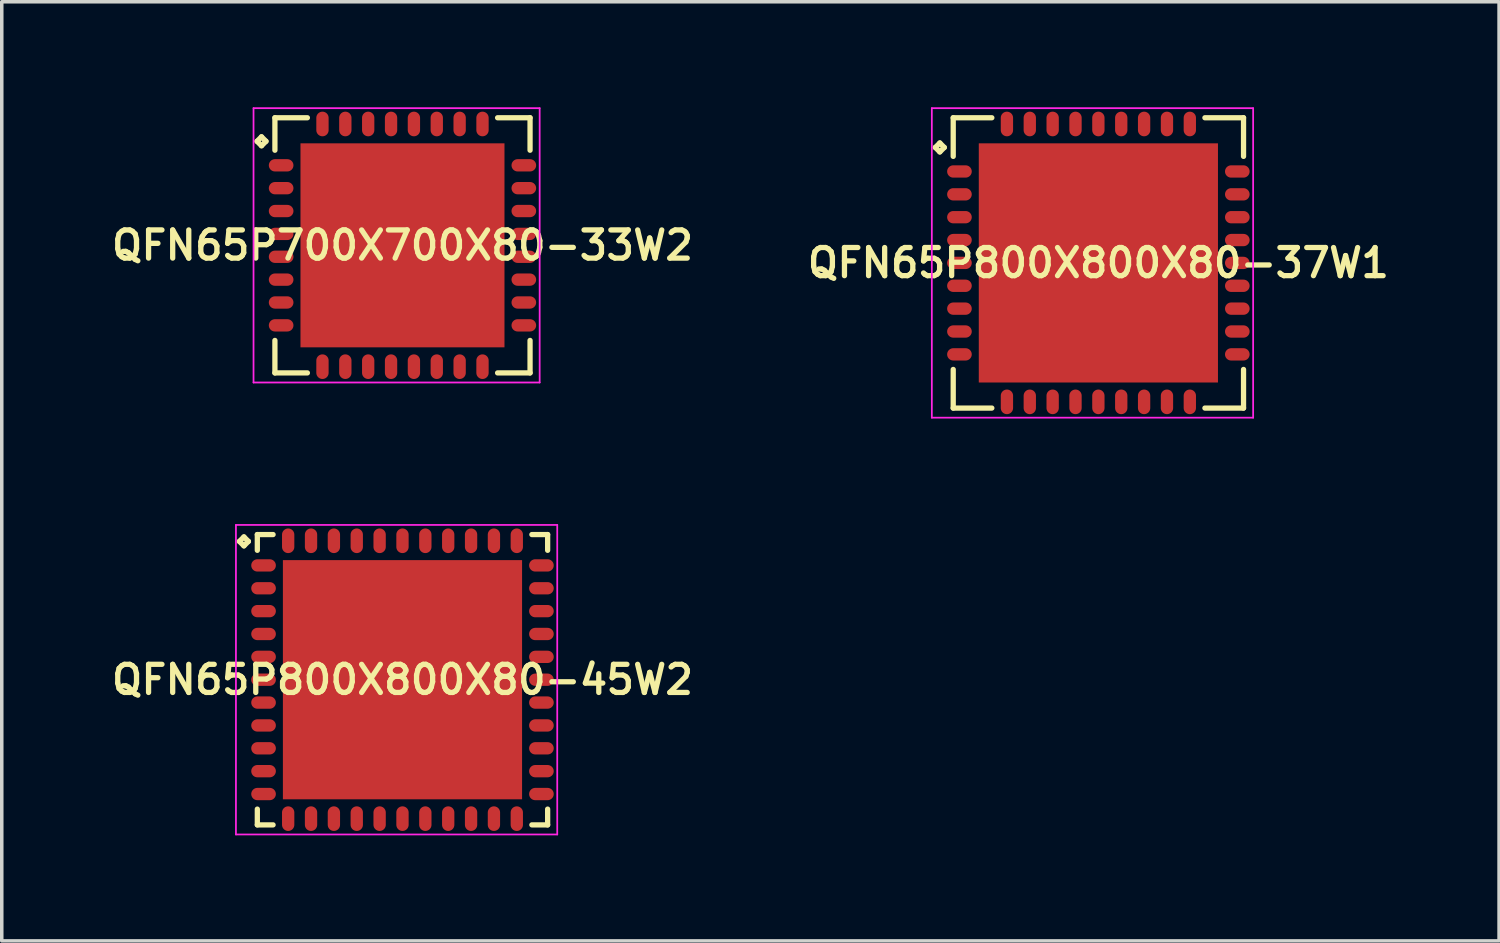
<source format=kicad_pcb>
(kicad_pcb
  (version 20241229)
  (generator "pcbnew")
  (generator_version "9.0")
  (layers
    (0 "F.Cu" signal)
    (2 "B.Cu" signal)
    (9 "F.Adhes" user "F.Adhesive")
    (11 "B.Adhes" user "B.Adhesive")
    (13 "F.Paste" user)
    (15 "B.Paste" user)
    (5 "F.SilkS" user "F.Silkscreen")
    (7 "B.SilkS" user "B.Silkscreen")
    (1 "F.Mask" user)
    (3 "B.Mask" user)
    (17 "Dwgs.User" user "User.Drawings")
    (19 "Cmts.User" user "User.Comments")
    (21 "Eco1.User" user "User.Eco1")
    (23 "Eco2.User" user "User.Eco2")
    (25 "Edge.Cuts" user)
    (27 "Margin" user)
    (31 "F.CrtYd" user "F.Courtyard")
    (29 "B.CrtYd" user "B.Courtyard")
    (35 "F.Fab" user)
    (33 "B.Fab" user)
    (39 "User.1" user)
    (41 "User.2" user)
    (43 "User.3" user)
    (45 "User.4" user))
  (footprint "QFN65P700X700X80-33W2"
    (layer "F.Cu")
    (at 8.393 3.925)
    (property "Reference" "QFN65P700X700X80-33W2" (at 0 0 0) (layer "F.SilkS") (effects (font (size 0.8 0.8) (thickness 0.15))))
    (attr smd)
    (fp_line (start -4.135 -2.958) (end -4.008 -3.085) (stroke (width 0.15) (type solid)) (layer "F.SilkS"))
    (fp_line (start -4.008 -3.085) (end -3.881 -2.958) (stroke (width 0.15) (type solid)) (layer "F.SilkS"))
    (fp_line (start -4.008 -2.831) (end -4.135 -2.958) (stroke (width 0.15) (type solid)) (layer "F.SilkS"))
    (fp_line (start -3.881 -2.958) (end -4.008 -2.831) (stroke (width 0.15) (type solid)) (layer "F.SilkS"))
    (fp_line (start -3.627 -3.627) (end -2.704 -3.627) (stroke (width 0.15) (type solid)) (layer "F.SilkS"))
    (fp_line (start -3.627 -2.704) (end -3.627 -3.627) (stroke (width 0.15) (type solid)) (layer "F.SilkS"))
    (fp_line (start -3.627 2.704) (end -3.627 3.627) (stroke (width 0.15) (type solid)) (layer "F.SilkS"))
    (fp_line (start -3.627 3.627) (end -2.704 3.627) (stroke (width 0.15) (type solid)) (layer "F.SilkS"))
    (fp_line (start 2.704 -3.627) (end 3.627 -3.627) (stroke (width 0.15) (type solid)) (layer "F.SilkS"))
    (fp_line (start 2.704 3.627) (end 3.627 3.627) (stroke (width 0.15) (type solid)) (layer "F.SilkS"))
    (fp_line (start 3.627 -3.627) (end 3.627 -2.704) (stroke (width 0.15) (type solid)) (layer "F.SilkS"))
    (fp_line (start 3.627 3.627) (end 3.627 2.704) (stroke (width 0.15) (type solid)) (layer "F.SilkS"))
    (fp_line (start -4.235 -3.9) (end 3.9 -3.9) (stroke (width 0.05) (type solid)) (layer "F.CrtYd"))
    (fp_line (start -4.235 3.9) (end -4.235 -3.9) (stroke (width 0.05) (type solid)) (layer "F.CrtYd"))
    (fp_line (start 3.9 -3.9) (end 3.9 3.9) (stroke (width 0.05) (type solid)) (layer "F.CrtYd"))
    (fp_line (start 3.9 3.9) (end -4.235 3.9) (stroke (width 0.05) (type solid)) (layer "F.CrtYd"))
    (pad "1" smd oval (at -3.45 -2.275) (size 0.7 0.35) (layers "F.Cu" "F.Mask" "F.Paste"))
    (pad "2" smd oval (at -3.45 -1.625) (size 0.7 0.35) (layers "F.Cu" "F.Mask" "F.Paste"))
    (pad "3" smd oval (at -3.45 -0.975) (size 0.7 0.35) (layers "F.Cu" "F.Mask" "F.Paste"))
    (pad "4" smd oval (at -3.45 -0.325) (size 0.7 0.35) (layers "F.Cu" "F.Mask" "F.Paste"))
    (pad "5" smd oval (at -3.45 0.325) (size 0.7 0.35) (layers "F.Cu" "F.Mask" "F.Paste"))
    (pad "6" smd oval (at -3.45 0.975) (size 0.7 0.35) (layers "F.Cu" "F.Mask" "F.Paste"))
    (pad "7" smd oval (at -3.45 1.625) (size 0.7 0.35) (layers "F.Cu" "F.Mask" "F.Paste"))
    (pad "8" smd oval (at -3.45 2.275) (size 0.7 0.35) (layers "F.Cu" "F.Mask" "F.Paste"))
    (pad "9" smd oval (at -2.275 3.45) (size 0.35 0.7) (layers "F.Cu" "F.Mask" "F.Paste"))
    (pad "10" smd oval (at -1.625 3.45) (size 0.35 0.7) (layers "F.Cu" "F.Mask" "F.Paste"))
    (pad "11" smd oval (at -0.975 3.45) (size 0.35 0.7) (layers "F.Cu" "F.Mask" "F.Paste"))
    (pad "12" smd oval (at -0.325 3.45) (size 0.35 0.7) (layers "F.Cu" "F.Mask" "F.Paste"))
    (pad "13" smd oval (at 0.325 3.45) (size 0.35 0.7) (layers "F.Cu" "F.Mask" "F.Paste"))
    (pad "14" smd oval (at 0.975 3.45) (size 0.35 0.7) (layers "F.Cu" "F.Mask" "F.Paste"))
    (pad "15" smd oval (at 1.625 3.45) (size 0.35 0.7) (layers "F.Cu" "F.Mask" "F.Paste"))
    (pad "16" smd oval (at 2.275 3.45) (size 0.35 0.7) (layers "F.Cu" "F.Mask" "F.Paste"))
    (pad "17" smd oval (at 3.45 2.275) (size 0.7 0.35) (layers "F.Cu" "F.Mask" "F.Paste"))
    (pad "18" smd oval (at 3.45 1.625) (size 0.7 0.35) (layers "F.Cu" "F.Mask" "F.Paste"))
    (pad "19" smd oval (at 3.45 0.975) (size 0.7 0.35) (layers "F.Cu" "F.Mask" "F.Paste"))
    (pad "20" smd oval (at 3.45 0.325) (size 0.7 0.35) (layers "F.Cu" "F.Mask" "F.Paste"))
    (pad "21" smd oval (at 3.45 -0.325) (size 0.7 0.35) (layers "F.Cu" "F.Mask" "F.Paste"))
    (pad "22" smd oval (at 3.45 -0.975) (size 0.7 0.35) (layers "F.Cu" "F.Mask" "F.Paste"))
    (pad "23" smd oval (at 3.45 -1.625) (size 0.7 0.35) (layers "F.Cu" "F.Mask" "F.Paste"))
    (pad "24" smd oval (at 3.45 -2.275) (size 0.7 0.35) (layers "F.Cu" "F.Mask" "F.Paste"))
    (pad "25" smd oval (at 2.275 -3.45) (size 0.35 0.7) (layers "F.Cu" "F.Mask" "F.Paste"))
    (pad "26" smd oval (at 1.625 -3.45) (size 0.35 0.7) (layers "F.Cu" "F.Mask" "F.Paste"))
    (pad "27" smd oval (at 0.975 -3.45) (size 0.35 0.7) (layers "F.Cu" "F.Mask" "F.Paste"))
    (pad "28" smd oval (at 0.325 -3.45) (size 0.35 0.7) (layers "F.Cu" "F.Mask" "F.Paste"))
    (pad "29" smd oval (at -0.325 -3.45) (size 0.35 0.7) (layers "F.Cu" "F.Mask" "F.Paste"))
    (pad "30" smd oval (at -0.975 -3.45) (size 0.35 0.7) (layers "F.Cu" "F.Mask" "F.Paste"))
    (pad "31" smd oval (at -1.625 -3.45) (size 0.35 0.7) (layers "F.Cu" "F.Mask" "F.Paste"))
    (pad "32" smd oval (at -2.275 -3.45) (size 0.35 0.7) (layers "F.Cu" "F.Mask" "F.Paste"))
    (pad "33" smd rect (at 0 0) (size 5.8 5.8) (layers "F.Cu" "F.Mask" "F.Paste")))
  (footprint "QFN65P800X800X80-37W1"
    (layer "F.Cu")
    (at 28.178 4.425)
    (property "Reference" "QFN65P800X800X80-37W1" (at 0 0 0) (layer "F.SilkS") (effects (font (size 0.8 0.8) (thickness 0.15))))
    (attr smd)
    (fp_line (start -4.635 -3.283) (end -4.508 -3.41) (stroke (width 0.15) (type solid)) (layer "F.SilkS"))
    (fp_line (start -4.508 -3.41) (end -4.381 -3.283) (stroke (width 0.15) (type solid)) (layer "F.SilkS"))
    (fp_line (start -4.508 -3.156) (end -4.635 -3.283) (stroke (width 0.15) (type solid)) (layer "F.SilkS"))
    (fp_line (start -4.381 -3.283) (end -4.508 -3.156) (stroke (width 0.15) (type solid)) (layer "F.SilkS"))
    (fp_line (start -4.127 -4.127) (end -3.029 -4.127) (stroke (width 0.15) (type solid)) (layer "F.SilkS"))
    (fp_line (start -4.127 -3.029) (end -4.127 -4.127) (stroke (width 0.15) (type solid)) (layer "F.SilkS"))
    (fp_line (start -4.127 3.029) (end -4.127 4.127) (stroke (width 0.15) (type solid)) (layer "F.SilkS"))
    (fp_line (start -4.127 4.127) (end -3.029 4.127) (stroke (width 0.15) (type solid)) (layer "F.SilkS"))
    (fp_line (start 3.029 -4.127) (end 4.127 -4.127) (stroke (width 0.15) (type solid)) (layer "F.SilkS"))
    (fp_line (start 3.029 4.127) (end 4.127 4.127) (stroke (width 0.15) (type solid)) (layer "F.SilkS"))
    (fp_line (start 4.127 -4.127) (end 4.127 -3.029) (stroke (width 0.15) (type solid)) (layer "F.SilkS"))
    (fp_line (start 4.127 4.127) (end 4.127 3.029) (stroke (width 0.15) (type solid)) (layer "F.SilkS"))
    (fp_line (start -4.735 -4.4) (end 4.4 -4.4) (stroke (width 0.05) (type solid)) (layer "F.CrtYd"))
    (fp_line (start -4.735 4.4) (end -4.735 -4.4) (stroke (width 0.05) (type solid)) (layer "F.CrtYd"))
    (fp_line (start 4.4 -4.4) (end 4.4 4.4) (stroke (width 0.05) (type solid)) (layer "F.CrtYd"))
    (fp_line (start 4.4 4.4) (end -4.735 4.4) (stroke (width 0.05) (type solid)) (layer "F.CrtYd"))
    (pad "1" smd oval (at -3.95 -2.6) (size 0.7 0.35) (layers "F.Cu" "F.Mask" "F.Paste"))
    (pad "2" smd oval (at -3.95 -1.95) (size 0.7 0.35) (layers "F.Cu" "F.Mask" "F.Paste"))
    (pad "3" smd oval (at -3.95 -1.3) (size 0.7 0.35) (layers "F.Cu" "F.Mask" "F.Paste"))
    (pad "4" smd oval (at -3.95 -0.65) (size 0.7 0.35) (layers "F.Cu" "F.Mask" "F.Paste"))
    (pad "5" smd oval (at -3.95 0) (size 0.7 0.35) (layers "F.Cu" "F.Mask" "F.Paste"))
    (pad "6" smd oval (at -3.95 0.65) (size 0.7 0.35) (layers "F.Cu" "F.Mask" "F.Paste"))
    (pad "7" smd oval (at -3.95 1.3) (size 0.7 0.35) (layers "F.Cu" "F.Mask" "F.Paste"))
    (pad "8" smd oval (at -3.95 1.95) (size 0.7 0.35) (layers "F.Cu" "F.Mask" "F.Paste"))
    (pad "9" smd oval (at -3.95 2.6) (size 0.7 0.35) (layers "F.Cu" "F.Mask" "F.Paste"))
    (pad "10" smd oval (at -2.6 3.95) (size 0.35 0.7) (layers "F.Cu" "F.Mask" "F.Paste"))
    (pad "11" smd oval (at -1.95 3.95) (size 0.35 0.7) (layers "F.Cu" "F.Mask" "F.Paste"))
    (pad "12" smd oval (at -1.3 3.95) (size 0.35 0.7) (layers "F.Cu" "F.Mask" "F.Paste"))
    (pad "13" smd oval (at -0.65 3.95) (size 0.35 0.7) (layers "F.Cu" "F.Mask" "F.Paste"))
    (pad "14" smd oval (at 0 3.95) (size 0.35 0.7) (layers "F.Cu" "F.Mask" "F.Paste"))
    (pad "15" smd oval (at 0.65 3.95) (size 0.35 0.7) (layers "F.Cu" "F.Mask" "F.Paste"))
    (pad "16" smd oval (at 1.3 3.95) (size 0.35 0.7) (layers "F.Cu" "F.Mask" "F.Paste"))
    (pad "17" smd oval (at 1.95 3.95) (size 0.35 0.7) (layers "F.Cu" "F.Mask" "F.Paste"))
    (pad "18" smd oval (at 2.6 3.95) (size 0.35 0.7) (layers "F.Cu" "F.Mask" "F.Paste"))
    (pad "19" smd oval (at 3.95 2.6) (size 0.7 0.35) (layers "F.Cu" "F.Mask" "F.Paste"))
    (pad "20" smd oval (at 3.95 1.95) (size 0.7 0.35) (layers "F.Cu" "F.Mask" "F.Paste"))
    (pad "21" smd oval (at 3.95 1.3) (size 0.7 0.35) (layers "F.Cu" "F.Mask" "F.Paste"))
    (pad "22" smd oval (at 3.95 0.65) (size 0.7 0.35) (layers "F.Cu" "F.Mask" "F.Paste"))
    (pad "23" smd oval (at 3.95 0) (size 0.7 0.35) (layers "F.Cu" "F.Mask" "F.Paste"))
    (pad "24" smd oval (at 3.95 -0.65) (size 0.7 0.35) (layers "F.Cu" "F.Mask" "F.Paste"))
    (pad "25" smd oval (at 3.95 -1.3) (size 0.7 0.35) (layers "F.Cu" "F.Mask" "F.Paste"))
    (pad "26" smd oval (at 3.95 -1.95) (size 0.7 0.35) (layers "F.Cu" "F.Mask" "F.Paste"))
    (pad "27" smd oval (at 3.95 -2.6) (size 0.7 0.35) (layers "F.Cu" "F.Mask" "F.Paste"))
    (pad "28" smd oval (at 2.6 -3.95) (size 0.35 0.7) (layers "F.Cu" "F.Mask" "F.Paste"))
    (pad "29" smd oval (at 1.95 -3.95) (size 0.35 0.7) (layers "F.Cu" "F.Mask" "F.Paste"))
    (pad "30" smd oval (at 1.3 -3.95) (size 0.35 0.7) (layers "F.Cu" "F.Mask" "F.Paste"))
    (pad "31" smd oval (at 0.65 -3.95) (size 0.35 0.7) (layers "F.Cu" "F.Mask" "F.Paste"))
    (pad "32" smd oval (at 0 -3.95) (size 0.35 0.7) (layers "F.Cu" "F.Mask" "F.Paste"))
    (pad "33" smd oval (at -0.65 -3.95) (size 0.35 0.7) (layers "F.Cu" "F.Mask" "F.Paste"))
    (pad "34" smd oval (at -1.3 -3.95) (size 0.35 0.7) (layers "F.Cu" "F.Mask" "F.Paste"))
    (pad "35" smd oval (at -1.95 -3.95) (size 0.35 0.7) (layers "F.Cu" "F.Mask" "F.Paste"))
    (pad "36" smd oval (at -2.6 -3.95) (size 0.35 0.7) (layers "F.Cu" "F.Mask" "F.Paste"))
    (pad "37" smd rect (at 0 0) (size 6.8 6.8) (layers "F.Cu" "F.Mask" "F.Paste")))
  (footprint "QFN65P800X800X80-45W2"
    (layer "F.Cu")
    (at 8.393 16.275)
    (property "Reference" "QFN65P800X800X80-45W2" (at 0 0 0) (layer "F.SilkS") (effects (font (size 0.8 0.8) (thickness 0.15))))
    (attr smd)
    (fp_line (start -4.635 -3.933) (end -4.508 -4.06) (stroke (width 0.15) (type solid)) (layer "F.SilkS"))
    (fp_line (start -4.508 -4.06) (end -4.381 -3.933) (stroke (width 0.15) (type solid)) (layer "F.SilkS"))
    (fp_line (start -4.508 -3.806) (end -4.635 -3.933) (stroke (width 0.15) (type solid)) (layer "F.SilkS"))
    (fp_line (start -4.381 -3.933) (end -4.508 -3.806) (stroke (width 0.15) (type solid)) (layer "F.SilkS"))
    (fp_line (start -4.127 -4.127) (end -3.679 -4.127) (stroke (width 0.15) (type solid)) (layer "F.SilkS"))
    (fp_line (start -4.127 -3.679) (end -4.127 -4.127) (stroke (width 0.15) (type solid)) (layer "F.SilkS"))
    (fp_line (start -4.127 3.679) (end -4.127 4.127) (stroke (width 0.15) (type solid)) (layer "F.SilkS"))
    (fp_line (start -4.127 4.127) (end -3.679 4.127) (stroke (width 0.15) (type solid)) (layer "F.SilkS"))
    (fp_line (start 3.679 -4.127) (end 4.127 -4.127) (stroke (width 0.15) (type solid)) (layer "F.SilkS"))
    (fp_line (start 3.679 4.127) (end 4.127 4.127) (stroke (width 0.15) (type solid)) (layer "F.SilkS"))
    (fp_line (start 4.127 -4.127) (end 4.127 -3.679) (stroke (width 0.15) (type solid)) (layer "F.SilkS"))
    (fp_line (start 4.127 4.127) (end 4.127 3.679) (stroke (width 0.15) (type solid)) (layer "F.SilkS"))
    (fp_line (start -4.735 -4.4) (end 4.4 -4.4) (stroke (width 0.05) (type solid)) (layer "F.CrtYd"))
    (fp_line (start -4.735 4.4) (end -4.735 -4.4) (stroke (width 0.05) (type solid)) (layer "F.CrtYd"))
    (fp_line (start 4.4 -4.4) (end 4.4 4.4) (stroke (width 0.05) (type solid)) (layer "F.CrtYd"))
    (fp_line (start 4.4 4.4) (end -4.735 4.4) (stroke (width 0.05) (type solid)) (layer "F.CrtYd"))
    (pad "1" smd oval (at -3.95 -3.25) (size 0.7 0.35) (layers "F.Cu" "F.Mask" "F.Paste"))
    (pad "2" smd oval (at -3.95 -2.6) (size 0.7 0.35) (layers "F.Cu" "F.Mask" "F.Paste"))
    (pad "3" smd oval (at -3.95 -1.95) (size 0.7 0.35) (layers "F.Cu" "F.Mask" "F.Paste"))
    (pad "4" smd oval (at -3.95 -1.3) (size 0.7 0.35) (layers "F.Cu" "F.Mask" "F.Paste"))
    (pad "5" smd oval (at -3.95 -0.65) (size 0.7 0.35) (layers "F.Cu" "F.Mask" "F.Paste"))
    (pad "6" smd oval (at -3.95 0) (size 0.7 0.35) (layers "F.Cu" "F.Mask" "F.Paste"))
    (pad "7" smd oval (at -3.95 0.65) (size 0.7 0.35) (layers "F.Cu" "F.Mask" "F.Paste"))
    (pad "8" smd oval (at -3.95 1.3) (size 0.7 0.35) (layers "F.Cu" "F.Mask" "F.Paste"))
    (pad "9" smd oval (at -3.95 1.95) (size 0.7 0.35) (layers "F.Cu" "F.Mask" "F.Paste"))
    (pad "10" smd oval (at -3.95 2.6) (size 0.7 0.35) (layers "F.Cu" "F.Mask" "F.Paste"))
    (pad "11" smd oval (at -3.95 3.25) (size 0.7 0.35) (layers "F.Cu" "F.Mask" "F.Paste"))
    (pad "12" smd oval (at -3.25 3.95) (size 0.35 0.7) (layers "F.Cu" "F.Mask" "F.Paste"))
    (pad "13" smd oval (at -2.6 3.95) (size 0.35 0.7) (layers "F.Cu" "F.Mask" "F.Paste"))
    (pad "14" smd oval (at -1.95 3.95) (size 0.35 0.7) (layers "F.Cu" "F.Mask" "F.Paste"))
    (pad "15" smd oval (at -1.3 3.95) (size 0.35 0.7) (layers "F.Cu" "F.Mask" "F.Paste"))
    (pad "16" smd oval (at -0.65 3.95) (size 0.35 0.7) (layers "F.Cu" "F.Mask" "F.Paste"))
    (pad "17" smd oval (at 0 3.95) (size 0.35 0.7) (layers "F.Cu" "F.Mask" "F.Paste"))
    (pad "18" smd oval (at 0.65 3.95) (size 0.35 0.7) (layers "F.Cu" "F.Mask" "F.Paste"))
    (pad "19" smd oval (at 1.3 3.95) (size 0.35 0.7) (layers "F.Cu" "F.Mask" "F.Paste"))
    (pad "20" smd oval (at 1.95 3.95) (size 0.35 0.7) (layers "F.Cu" "F.Mask" "F.Paste"))
    (pad "21" smd oval (at 2.6 3.95) (size 0.35 0.7) (layers "F.Cu" "F.Mask" "F.Paste"))
    (pad "22" smd oval (at 3.25 3.95) (size 0.35 0.7) (layers "F.Cu" "F.Mask" "F.Paste"))
    (pad "23" smd oval (at 3.95 3.25) (size 0.7 0.35) (layers "F.Cu" "F.Mask" "F.Paste"))
    (pad "24" smd oval (at 3.95 2.6) (size 0.7 0.35) (layers "F.Cu" "F.Mask" "F.Paste"))
    (pad "25" smd oval (at 3.95 1.95) (size 0.7 0.35) (layers "F.Cu" "F.Mask" "F.Paste"))
    (pad "26" smd oval (at 3.95 1.3) (size 0.7 0.35) (layers "F.Cu" "F.Mask" "F.Paste"))
    (pad "27" smd oval (at 3.95 0.65) (size 0.7 0.35) (layers "F.Cu" "F.Mask" "F.Paste"))
    (pad "28" smd oval (at 3.95 0) (size 0.7 0.35) (layers "F.Cu" "F.Mask" "F.Paste"))
    (pad "29" smd oval (at 3.95 -0.65) (size 0.7 0.35) (layers "F.Cu" "F.Mask" "F.Paste"))
    (pad "30" smd oval (at 3.95 -1.3) (size 0.7 0.35) (layers "F.Cu" "F.Mask" "F.Paste"))
    (pad "31" smd oval (at 3.95 -1.95) (size 0.7 0.35) (layers "F.Cu" "F.Mask" "F.Paste"))
    (pad "32" smd oval (at 3.95 -2.6) (size 0.7 0.35) (layers "F.Cu" "F.Mask" "F.Paste"))
    (pad "33" smd oval (at 3.95 -3.25) (size 0.7 0.35) (layers "F.Cu" "F.Mask" "F.Paste"))
    (pad "34" smd oval (at 3.25 -3.95) (size 0.35 0.7) (layers "F.Cu" "F.Mask" "F.Paste"))
    (pad "35" smd oval (at 2.6 -3.95) (size 0.35 0.7) (layers "F.Cu" "F.Mask" "F.Paste"))
    (pad "36" smd oval (at 1.95 -3.95) (size 0.35 0.7) (layers "F.Cu" "F.Mask" "F.Paste"))
    (pad "37" smd oval (at 1.3 -3.95) (size 0.35 0.7) (layers "F.Cu" "F.Mask" "F.Paste"))
    (pad "38" smd oval (at 0.65 -3.95) (size 0.35 0.7) (layers "F.Cu" "F.Mask" "F.Paste"))
    (pad "39" smd oval (at 0 -3.95) (size 0.35 0.7) (layers "F.Cu" "F.Mask" "F.Paste"))
    (pad "40" smd oval (at -0.65 -3.95) (size 0.35 0.7) (layers "F.Cu" "F.Mask" "F.Paste"))
    (pad "41" smd oval (at -1.3 -3.95) (size 0.35 0.7) (layers "F.Cu" "F.Mask" "F.Paste"))
    (pad "42" smd oval (at -1.95 -3.95) (size 0.35 0.7) (layers "F.Cu" "F.Mask" "F.Paste"))
    (pad "43" smd oval (at -2.6 -3.95) (size 0.35 0.7) (layers "F.Cu" "F.Mask" "F.Paste"))
    (pad "44" smd oval (at -3.25 -3.95) (size 0.35 0.7) (layers "F.Cu" "F.Mask" "F.Paste"))
    (pad "45" smd rect (at 0 0) (size 6.8 6.8) (layers "F.Cu" "F.Mask" "F.Paste")))
  (gr_rect
    (start -3 -3)
    (end 39.57 23.7)
    (stroke (width 0.1) (type default))
    (fill no)
    (layer "Edge.Cuts")))
</source>
